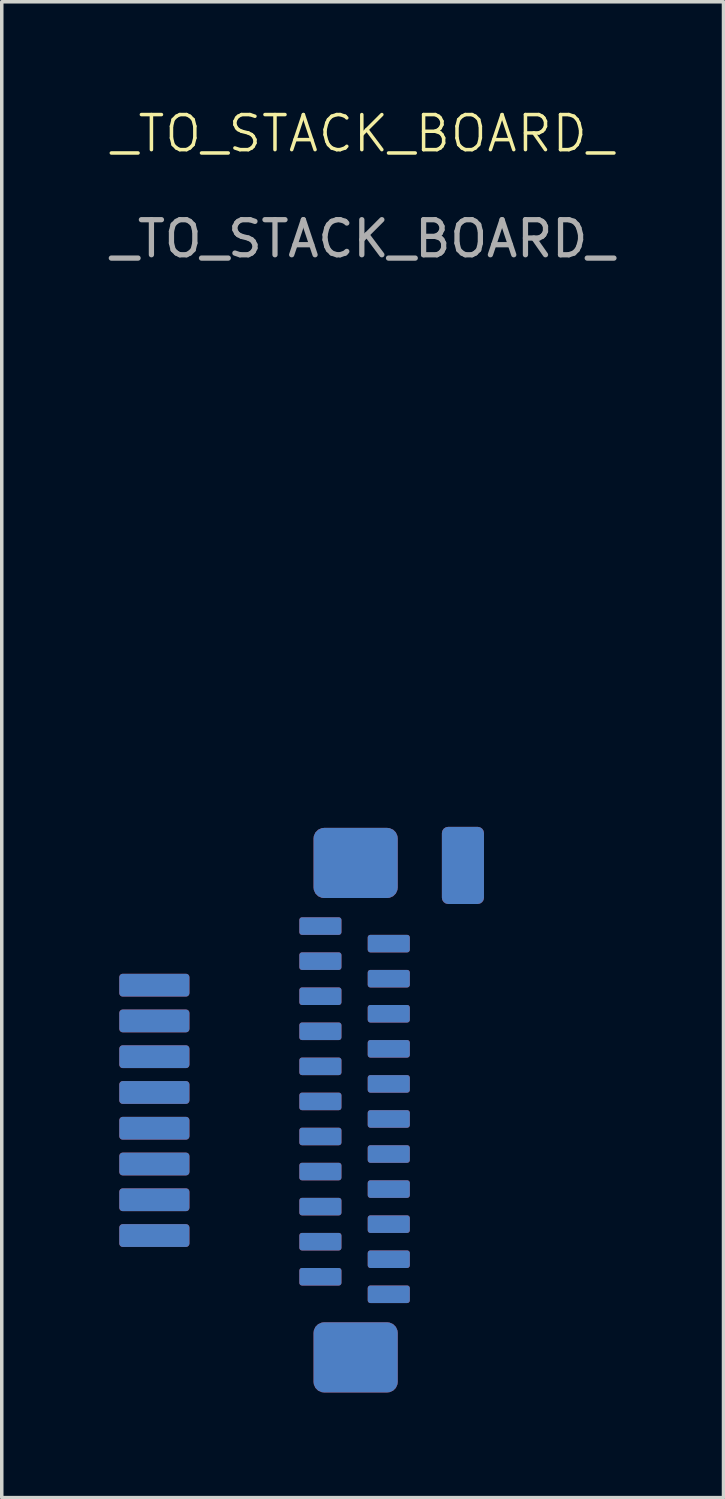
<source format=kicad_pcb>
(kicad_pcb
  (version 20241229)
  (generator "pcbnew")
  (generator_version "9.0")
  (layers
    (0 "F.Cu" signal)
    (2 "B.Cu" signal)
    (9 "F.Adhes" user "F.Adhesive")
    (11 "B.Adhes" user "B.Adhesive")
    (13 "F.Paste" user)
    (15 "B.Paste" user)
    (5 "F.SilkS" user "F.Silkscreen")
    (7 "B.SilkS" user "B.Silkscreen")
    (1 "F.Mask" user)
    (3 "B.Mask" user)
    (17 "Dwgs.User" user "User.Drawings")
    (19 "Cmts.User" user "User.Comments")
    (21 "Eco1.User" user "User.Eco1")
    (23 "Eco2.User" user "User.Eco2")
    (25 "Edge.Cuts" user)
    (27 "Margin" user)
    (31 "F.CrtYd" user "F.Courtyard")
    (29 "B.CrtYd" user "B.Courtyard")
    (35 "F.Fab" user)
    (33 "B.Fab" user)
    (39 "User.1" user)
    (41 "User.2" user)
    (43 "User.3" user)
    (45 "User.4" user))
  (footprint "_TO_STACK_BOARD_"
    (layer "F.Cu")
    (at 7.092 28.61)
    (property "Reference" "_TO_STACK_BOARD_" (at 0.2 -27.85 0) (unlocked yes) (layer "F.SilkS") (effects (font (size 1 1) (thickness 0.1))))
    (attr smd)
    (fp_rect (start -6.8 -4) (end -4.95 4) (stroke (width 0.01) (type solid)) (fill yes) (layer "F.Mask"))
    (fp_rect (start -1.58 -5.45) (end -0.43 -5.05) (stroke (width 0.01) (type solid)) (fill yes) (layer "F.Mask"))
    (fp_rect (start -1.58 -4.45) (end -0.43 -4.05) (stroke (width 0.01) (type solid)) (fill yes) (layer "F.Mask"))
    (fp_rect (start -1.58 -3.45) (end -0.43 -3.05) (stroke (width 0.01) (type solid)) (fill yes) (layer "F.Mask"))
    (fp_rect (start -1.58 -2.45) (end -0.43 -2.05) (stroke (width 0.01) (type solid)) (fill yes) (layer "F.Mask"))
    (fp_rect (start -1.58 -1.45) (end -0.43 -1.05) (stroke (width 0.01) (type solid)) (fill yes) (layer "F.Mask"))
    (fp_rect (start -1.58 -0.45) (end -0.43 -0.05) (stroke (width 0.01) (type solid)) (fill yes) (layer "F.Mask"))
    (fp_rect (start -1.58 0.55) (end -0.43 0.95) (stroke (width 0.01) (type solid)) (fill yes) (layer "F.Mask"))
    (fp_rect (start -1.58 1.55) (end -0.43 1.95) (stroke (width 0.01) (type solid)) (fill yes) (layer "F.Mask"))
    (fp_rect (start -1.58 2.55) (end -0.43 2.95) (stroke (width 0.01) (type solid)) (fill yes) (layer "F.Mask"))
    (fp_rect (start -1.58 3.55) (end -0.43 3.95) (stroke (width 0.01) (type solid)) (fill yes) (layer "F.Mask"))
    (fp_rect (start -1.58 4.55) (end -0.43 4.95) (stroke (width 0.01) (type solid)) (fill yes) (layer "F.Mask"))
    (fp_rect (start -1.1 -7.95) (end 1.1 -6.15) (stroke (width 0.01) (type solid)) (fill yes) (layer "F.Mask"))
    (fp_rect (start -1.1 6.15) (end 1.1 7.95) (stroke (width 0.01) (type solid)) (fill yes) (layer "F.Mask"))
    (fp_rect (start 0.37 -4.95) (end 1.52 -4.55) (stroke (width 0.01) (type solid)) (fill yes) (layer "F.Mask"))
    (fp_rect (start 0.37 -3.95) (end 1.52 -3.55) (stroke (width 0.01) (type solid)) (fill yes) (layer "F.Mask"))
    (fp_rect (start 0.37 -2.95) (end 1.52 -2.55) (stroke (width 0.01) (type solid)) (fill yes) (layer "F.Mask"))
    (fp_rect (start 0.37 -1.95) (end 1.52 -1.55) (stroke (width 0.01) (type solid)) (fill yes) (layer "F.Mask"))
    (fp_rect (start 0.37 -0.95) (end 1.52 -0.55) (stroke (width 0.01) (type solid)) (fill yes) (layer "F.Mask"))
    (fp_rect (start 0.37 0.05) (end 1.52 0.45) (stroke (width 0.01) (type solid)) (fill yes) (layer "F.Mask"))
    (fp_rect (start 0.37 1.05) (end 1.52 1.45) (stroke (width 0.01) (type solid)) (fill yes) (layer "F.Mask"))
    (fp_rect (start 0.37 2.05) (end 1.52 2.45) (stroke (width 0.01) (type solid)) (fill yes) (layer "F.Mask"))
    (fp_rect (start 0.37 3.05) (end 1.52 3.45) (stroke (width 0.01) (type solid)) (fill yes) (layer "F.Mask"))
    (fp_rect (start 0.37 4.05) (end 1.52 4.45) (stroke (width 0.01) (type solid)) (fill yes) (layer "F.Mask"))
    (fp_rect (start 0.37 5.05) (end 1.52 5.45) (stroke (width 0.01) (type solid)) (fill yes) (layer "F.Mask"))
    (fp_rect (start 2.56 -7.98) (end 3.56 -5.98) (stroke (width 0.01) (type solid)) (fill yes) (layer "F.Mask"))
    (fp_rect (start -6.8 -4) (end -4.95 4) (stroke (width 0.01) (type solid)) (fill yes) (layer "B.Mask"))
    (fp_rect (start -1.58 -5.45) (end -0.43 -5.05) (stroke (width 0.01) (type solid)) (fill yes) (layer "B.Mask"))
    (fp_rect (start -1.58 -4.45) (end -0.43 -4.05) (stroke (width 0.01) (type solid)) (fill yes) (layer "B.Mask"))
    (fp_rect (start -1.58 -3.45) (end -0.43 -3.05) (stroke (width 0.01) (type solid)) (fill yes) (layer "B.Mask"))
    (fp_rect (start -1.58 -2.45) (end -0.43 -2.05) (stroke (width 0.01) (type solid)) (fill yes) (layer "B.Mask"))
    (fp_rect (start -1.58 -1.45) (end -0.43 -1.05) (stroke (width 0.01) (type solid)) (fill yes) (layer "B.Mask"))
    (fp_rect (start -1.58 -0.45) (end -0.43 -0.05) (stroke (width 0.01) (type solid)) (fill yes) (layer "B.Mask"))
    (fp_rect (start -1.58 0.55) (end -0.43 0.95) (stroke (width 0.01) (type solid)) (fill yes) (layer "B.Mask"))
    (fp_rect (start -1.58 1.55) (end -0.43 1.95) (stroke (width 0.01) (type solid)) (fill yes) (layer "B.Mask"))
    (fp_rect (start -1.58 2.55) (end -0.43 2.95) (stroke (width 0.01) (type solid)) (fill yes) (layer "B.Mask"))
    (fp_rect (start -1.58 3.55) (end -0.43 3.95) (stroke (width 0.01) (type solid)) (fill yes) (layer "B.Mask"))
    (fp_rect (start -1.58 4.55) (end -0.43 4.95) (stroke (width 0.01) (type solid)) (fill yes) (layer "B.Mask"))
    (fp_rect (start -1.1 -7.95) (end 1.1 -6.15) (stroke (width 0.01) (type solid)) (fill yes) (layer "B.Mask"))
    (fp_rect (start -1.1 6.15) (end 1.1 7.95) (stroke (width 0.01) (type solid)) (fill yes) (layer "B.Mask"))
    (fp_rect (start 0.37 -4.95) (end 1.52 -4.55) (stroke (width 0.01) (type solid)) (fill yes) (layer "B.Mask"))
    (fp_rect (start 0.37 -3.95) (end 1.52 -3.55) (stroke (width 0.01) (type solid)) (fill yes) (layer "B.Mask"))
    (fp_rect (start 0.37 -2.95) (end 1.52 -2.55) (stroke (width 0.01) (type solid)) (fill yes) (layer "B.Mask"))
    (fp_rect (start 0.37 -1.95) (end 1.52 -1.55) (stroke (width 0.01) (type solid)) (fill yes) (layer "B.Mask"))
    (fp_rect (start 0.37 -0.95) (end 1.52 -0.55) (stroke (width 0.01) (type solid)) (fill yes) (layer "B.Mask"))
    (fp_rect (start 0.37 0.05) (end 1.52 0.45) (stroke (width 0.01) (type solid)) (fill yes) (layer "B.Mask"))
    (fp_rect (start 0.37 1.05) (end 1.52 1.45) (stroke (width 0.01) (type solid)) (fill yes) (layer "B.Mask"))
    (fp_rect (start 0.37 2.05) (end 1.52 2.45) (stroke (width 0.01) (type solid)) (fill yes) (layer "B.Mask"))
    (fp_rect (start 0.37 3.05) (end 1.52 3.45) (stroke (width 0.01) (type solid)) (fill yes) (layer "B.Mask"))
    (fp_rect (start 0.37 4.05) (end 1.52 4.45) (stroke (width 0.01) (type solid)) (fill yes) (layer "B.Mask"))
    (fp_rect (start 0.37 5.05) (end 1.52 5.45) (stroke (width 0.01) (type solid)) (fill yes) (layer "B.Mask"))
    (fp_rect (start 2.56 -7.98) (end 3.56 -5.98) (stroke (width 0.01) (type solid)) (fill yes) (layer "B.Mask"))
    (fp_text user "${REFERENCE}" (at 0.2 -24.85 0) (unlocked yes) (layer "F.Fab") (effects (font (size 1 1) (thickness 0.15))))
    (pad "1" smd roundrect (at -1.005 -5.25) (size 1.2 0.5) (layers "F.Cu" "F.Paste") (roundrect_rratio 0.15))
    (pad "1" smd roundrect (at -1.005 -5.25) (size 1.2 0.5) (layers "B.Cu" "B.Paste") (roundrect_rratio 0.15))
    (pad "2" smd roundrect (at 0.945 -4.75) (size 1.2 0.5) (layers "F.Cu" "F.Paste") (roundrect_rratio 0.15))
    (pad "2" smd roundrect (at 0.945 -4.75) (size 1.2 0.5) (layers "B.Cu" "B.Paste") (roundrect_rratio 0.15))
    (pad "3" smd roundrect (at -1.005 -4.25) (size 1.2 0.5) (layers "F.Cu" "F.Paste") (roundrect_rratio 0.15))
    (pad "3" smd roundrect (at -1.005 -4.25) (size 1.2 0.5) (layers "B.Cu" "B.Paste") (roundrect_rratio 0.15))
    (pad "4" smd roundrect (at 0.945 -3.75) (size 1.2 0.5) (layers "F.Cu" "F.Paste") (roundrect_rratio 0.15))
    (pad "4" smd roundrect (at 0.945 -3.75) (size 1.2 0.5) (layers "B.Cu" "B.Paste") (roundrect_rratio 0.15))
    (pad "5" smd roundrect (at -1.005 -3.25) (size 1.2 0.5) (layers "F.Cu" "F.Paste") (roundrect_rratio 0.15))
    (pad "5" smd roundrect (at -1.005 -3.25) (size 1.2 0.5) (layers "B.Cu" "B.Paste") (roundrect_rratio 0.15))
    (pad "6" smd roundrect (at 0.945 -2.75) (size 1.2 0.5) (layers "F.Cu" "F.Paste") (roundrect_rratio 0.15))
    (pad "6" smd roundrect (at 0.945 -2.75) (size 1.2 0.5) (layers "B.Cu" "B.Paste") (roundrect_rratio 0.15))
    (pad "7" smd roundrect (at -1.005 -2.25) (size 1.2 0.5) (layers "F.Cu" "F.Paste") (roundrect_rratio 0.15))
    (pad "7" smd roundrect (at -1.005 -2.25) (size 1.2 0.5) (layers "B.Cu" "B.Paste") (roundrect_rratio 0.15))
    (pad "8" smd roundrect (at 0.945 -1.75) (size 1.2 0.5) (layers "F.Cu" "F.Paste") (roundrect_rratio 0.15))
    (pad "8" smd roundrect (at 0.945 -1.75) (size 1.2 0.5) (layers "B.Cu" "B.Paste") (roundrect_rratio 0.15))
    (pad "9" smd roundrect (at -1.005 -1.25) (size 1.2 0.5) (layers "F.Cu" "F.Paste") (roundrect_rratio 0.15))
    (pad "9" smd roundrect (at -1.005 -1.25) (size 1.2 0.5) (layers "B.Cu" "B.Paste") (roundrect_rratio 0.15))
    (pad "10" smd roundrect (at 0.945 -0.75) (size 1.2 0.5) (layers "F.Cu" "F.Paste") (roundrect_rratio 0.15))
    (pad "10" smd roundrect (at 0.945 -0.75) (size 1.2 0.5) (layers "B.Cu" "B.Paste") (roundrect_rratio 0.15))
    (pad "11" smd roundrect (at -1.005 -0.25) (size 1.2 0.5) (layers "F.Cu" "F.Paste") (roundrect_rratio 0.15))
    (pad "11" smd roundrect (at -1.005 -0.25) (size 1.2 0.5) (layers "B.Cu" "B.Paste") (roundrect_rratio 0.15))
    (pad "12" smd roundrect (at 0.945 0.25) (size 1.2 0.5) (layers "F.Cu" "F.Paste") (roundrect_rratio 0.15))
    (pad "12" smd roundrect (at 0.945 0.25) (size 1.2 0.5) (layers "B.Cu" "B.Paste") (roundrect_rratio 0.15))
    (pad "13" smd roundrect (at -1.005 0.75) (size 1.2 0.5) (layers "F.Cu" "F.Paste") (roundrect_rratio 0.15))
    (pad "13" smd roundrect (at -1.005 0.75) (size 1.2 0.5) (layers "B.Cu" "B.Paste") (roundrect_rratio 0.15))
    (pad "14" smd roundrect (at 0.945 1.25) (size 1.2 0.5) (layers "F.Cu" "F.Paste") (roundrect_rratio 0.15))
    (pad "14" smd roundrect (at 0.945 1.25) (size 1.2 0.5) (layers "B.Cu" "B.Paste") (roundrect_rratio 0.15))
    (pad "15" smd roundrect (at -1.005 1.75) (size 1.2 0.5) (layers "F.Cu" "F.Paste") (roundrect_rratio 0.15))
    (pad "15" smd roundrect (at -1.005 1.75) (size 1.2 0.5) (layers "B.Cu" "B.Paste") (roundrect_rratio 0.15))
    (pad "16" smd roundrect (at 0.945 2.25) (size 1.2 0.5) (layers "F.Cu" "F.Paste") (roundrect_rratio 0.15))
    (pad "16" smd roundrect (at 0.945 2.25) (size 1.2 0.5) (layers "B.Cu" "B.Paste") (roundrect_rratio 0.15))
    (pad "17" smd roundrect (at -1.005 2.75) (size 1.2 0.5) (layers "F.Cu" "F.Paste") (roundrect_rratio 0.15))
    (pad "17" smd roundrect (at -1.005 2.75) (size 1.2 0.5) (layers "B.Cu" "B.Paste") (roundrect_rratio 0.15))
    (pad "18" smd roundrect (at 0.945 3.25) (size 1.2 0.5) (layers "F.Cu" "F.Paste") (roundrect_rratio 0.15))
    (pad "18" smd roundrect (at 0.945 3.25) (size 1.2 0.5) (layers "B.Cu" "B.Paste") (roundrect_rratio 0.15))
    (pad "19" smd roundrect (at -1.005 3.75) (size 1.2 0.5) (layers "F.Cu" "F.Paste") (roundrect_rratio 0.15))
    (pad "19" smd roundrect (at -1.005 3.75) (size 1.2 0.5) (layers "B.Cu" "B.Paste") (roundrect_rratio 0.15))
    (pad "20" smd roundrect (at 0.945 4.25) (size 1.2 0.5) (layers "F.Cu" "F.Paste") (roundrect_rratio 0.15))
    (pad "20" smd roundrect (at 0.945 4.25) (size 1.2 0.5) (layers "B.Cu" "B.Paste") (roundrect_rratio 0.15))
    (pad "21" smd roundrect (at -1.005 4.75) (size 1.2 0.5) (layers "F.Cu" "F.Paste") (roundrect_rratio 0.15))
    (pad "21" smd roundrect (at -1.005 4.75) (size 1.2 0.5) (layers "B.Cu" "B.Paste") (roundrect_rratio 0.15))
    (pad "22" smd roundrect (at 0.945 5.25) (size 1.2 0.5) (layers "F.Cu" "F.Paste") (roundrect_rratio 0.15))
    (pad "22" smd roundrect (at 0.945 5.25) (size 1.2 0.5) (layers "B.Cu" "B.Paste") (roundrect_rratio 0.15))
    (pad "23" smd roundrect (at 0 -7.05) (size 2.4 2) (layers "F.Cu" "F.Paste") (roundrect_rratio 0.15))
    (pad "23" smd roundrect (at 0 -7.05) (size 2.4 2) (layers "B.Cu" "B.Paste") (roundrect_rratio 0.15))
    (pad "24" smd roundrect (at 0 7.05) (size 2.4 2) (layers "F.Cu" "F.Paste") (roundrect_rratio 0.15))
    (pad "24" smd roundrect (at 0 7.05) (size 2.4 2) (layers "B.Cu" "B.Paste") (roundrect_rratio 0.15))
    (pad "25" smd roundrect (at 3.06 -6.98) (size 1.2 2.2) (layers "F.Cu" "F.Paste") (roundrect_rratio 0.15))
    (pad "25" smd roundrect (at 3.06 -6.98) (size 1.2 2.2) (layers "B.Cu" "B.Paste") (roundrect_rratio 0.15))
    (pad "26" smd roundrect (at -5.74 -3.565) (size 2 0.65) (layers "F.Cu" "F.Paste") (roundrect_rratio 0.15))
    (pad "26" smd roundrect (at -5.74 -3.565) (size 2 0.65) (layers "B.Cu" "B.Paste") (roundrect_rratio 0.15))
    (pad "27" smd roundrect (at -5.74 -2.545) (size 2 0.65) (layers "F.Cu" "F.Paste") (roundrect_rratio 0.15))
    (pad "27" smd roundrect (at -5.74 -2.545) (size 2 0.65) (layers "B.Cu" "B.Paste") (roundrect_rratio 0.15))
    (pad "28" smd roundrect (at -5.74 -1.525) (size 2 0.65) (layers "F.Cu" "F.Paste") (roundrect_rratio 0.15))
    (pad "28" smd roundrect (at -5.74 -1.525) (size 2 0.65) (layers "B.Cu" "B.Paste") (roundrect_rratio 0.15))
    (pad "29" smd roundrect (at -5.74 -0.505) (size 2 0.65) (layers "F.Cu" "F.Paste") (roundrect_rratio 0.15))
    (pad "29" smd roundrect (at -5.74 -0.505) (size 2 0.65) (layers "B.Cu" "B.Paste") (roundrect_rratio 0.15))
    (pad "30" smd roundrect (at -5.74 0.515) (size 2 0.65) (layers "F.Cu" "F.Paste") (roundrect_rratio 0.15))
    (pad "30" smd roundrect (at -5.74 0.515) (size 2 0.65) (layers "B.Cu" "B.Paste") (roundrect_rratio 0.15))
    (pad "31" smd roundrect (at -5.74 1.535) (size 2 0.65) (layers "F.Cu" "F.Paste") (roundrect_rratio 0.15))
    (pad "31" smd roundrect (at -5.74 1.535) (size 2 0.65) (layers "B.Cu" "B.Paste") (roundrect_rratio 0.15))
    (pad "32" smd roundrect (at -5.74 2.555) (size 2 0.65) (layers "F.Cu" "F.Paste") (roundrect_rratio 0.15))
    (pad "32" smd roundrect (at -5.74 2.555) (size 2 0.65) (layers "B.Cu" "B.Paste") (roundrect_rratio 0.15))
    (pad "33" smd roundrect (at -5.74 3.575) (size 2 0.65) (layers "F.Cu" "F.Paste") (roundrect_rratio 0.15))
    (pad "33" smd roundrect (at -5.74 3.575) (size 2 0.65) (layers "B.Cu" "B.Paste") (roundrect_rratio 0.15)))
  (gr_rect
    (start -3 -3)
    (end 17.583 39.66)
    (stroke (width 0.1) (type default))
    (fill no)
    (layer "Edge.Cuts")))
</source>
